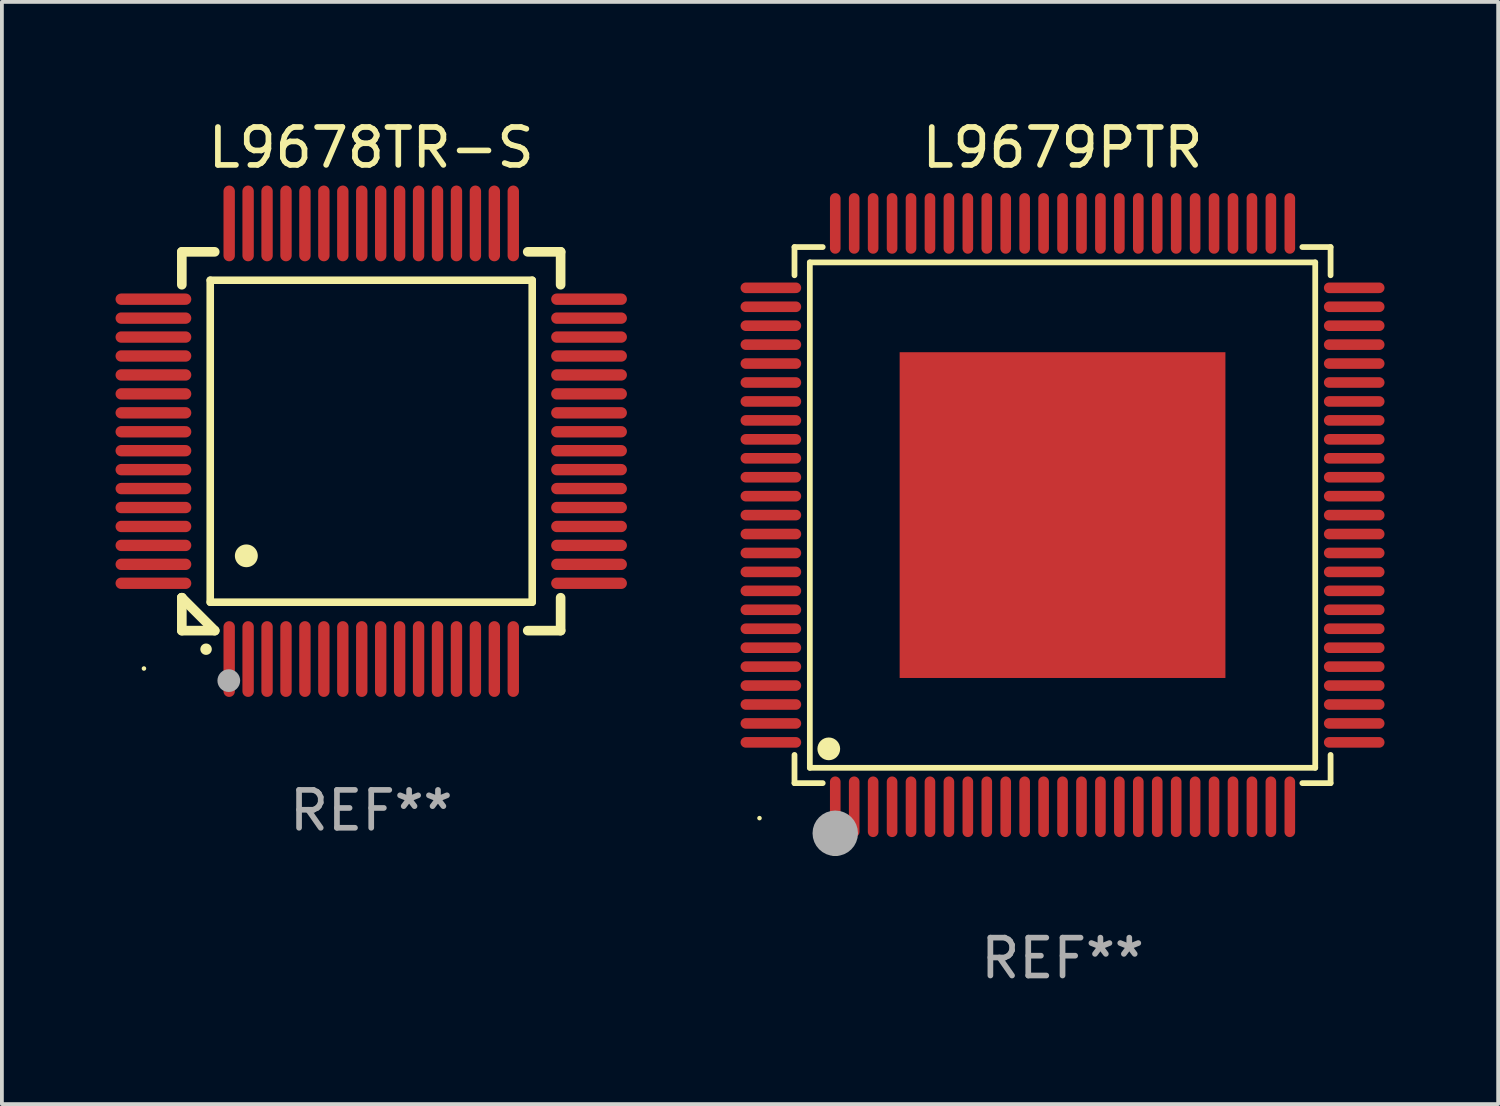
<source format=kicad_pcb>
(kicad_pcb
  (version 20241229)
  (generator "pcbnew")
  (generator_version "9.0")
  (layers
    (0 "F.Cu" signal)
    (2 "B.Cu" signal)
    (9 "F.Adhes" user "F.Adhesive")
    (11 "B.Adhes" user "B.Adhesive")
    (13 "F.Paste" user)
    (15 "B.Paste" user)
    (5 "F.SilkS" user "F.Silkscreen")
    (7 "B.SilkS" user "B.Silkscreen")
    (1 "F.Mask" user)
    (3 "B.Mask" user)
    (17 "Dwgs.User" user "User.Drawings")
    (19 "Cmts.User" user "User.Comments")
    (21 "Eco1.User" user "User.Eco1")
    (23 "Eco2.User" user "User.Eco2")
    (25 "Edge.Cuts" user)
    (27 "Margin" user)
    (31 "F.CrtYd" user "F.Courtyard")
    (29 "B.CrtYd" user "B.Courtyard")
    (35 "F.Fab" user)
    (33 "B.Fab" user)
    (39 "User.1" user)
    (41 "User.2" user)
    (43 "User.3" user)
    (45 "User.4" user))
  (footprint "L9679PTR"
    (layer "F.Cu")
    (at 25 10.548)
    (property "Reference" "L9679PTR" (at 0 -9.7 0) (layer "F.SilkS") (effects (font (size 1 1) (thickness 0.15))))
    (attr through_hole)
    (fp_line (start -7.076 -7.076) (end -6.331 -7.076) (stroke (width 0.152) (type solid)) (layer "F.SilkS"))
    (fp_line (start -7.076 -6.331) (end -7.076 -7.076) (stroke (width 0.152) (type solid)) (layer "F.SilkS"))
    (fp_line (start -7.076 6.331) (end -7.076 7.076) (stroke (width 0.152) (type solid)) (layer "F.SilkS"))
    (fp_line (start -7.076 7.076) (end -6.331 7.076) (stroke (width 0.152) (type solid)) (layer "F.SilkS"))
    (fp_line (start -6.671 -6.671) (end 6.671 -6.671) (stroke (width 0.152) (type solid)) (layer "F.SilkS"))
    (fp_line (start -6.671 6.671) (end -6.671 -6.671) (stroke (width 0.152) (type solid)) (layer "F.SilkS"))
    (fp_line (start 6.671 -6.671) (end 6.671 6.671) (stroke (width 0.152) (type solid)) (layer "F.SilkS"))
    (fp_line (start 6.671 6.671) (end -6.671 6.671) (stroke (width 0.152) (type solid)) (layer "F.SilkS"))
    (fp_line (start 7.076 -7.076) (end 6.331 -7.076) (stroke (width 0.152) (type solid)) (layer "F.SilkS"))
    (fp_line (start 7.076 -6.331) (end 7.076 -7.076) (stroke (width 0.152) (type solid)) (layer "F.SilkS"))
    (fp_line (start 7.076 6.331) (end 7.076 7.076) (stroke (width 0.152) (type solid)) (layer "F.SilkS"))
    (fp_line (start 7.076 7.076) (end 6.331 7.076) (stroke (width 0.152) (type solid)) (layer "F.SilkS"))
    (fp_circle (center -8 8) (end -7.97 8) (stroke (width 0.06) (type solid)) (fill no) (layer "F.SilkS"))
    (fp_circle (center -6.171 6.171) (end -6.021 6.171) (stroke (width 0.3) (type solid)) (fill no) (layer "F.SilkS"))
    (fp_circle (center -6 8.8) (end -5.9 8.8) (stroke (width 0.2) (type solid)) (fill no) (layer "F.SilkS"))
    (fp_circle (center -6 8.4) (end -5.7 8.4) (stroke (width 0.6) (type solid)) (fill no) (layer "F.Fab"))
    (fp_text user "REF**" (at 0 11.7 0) (layer "F.Fab") (effects (font (size 1 1) (thickness 0.15))))
    (pad "1" smd oval (at -6 7.7) (size 0.28 1.6) (layers "F.Cu" "F.Mask" "F.Paste"))
    (pad "2" smd oval (at -5.5 7.7) (size 0.28 1.6) (layers "F.Cu" "F.Mask" "F.Paste"))
    (pad "3" smd oval (at -5 7.7) (size 0.28 1.6) (layers "F.Cu" "F.Mask" "F.Paste"))
    (pad "4" smd oval (at -4.5 7.7) (size 0.28 1.6) (layers "F.Cu" "F.Mask" "F.Paste"))
    (pad "5" smd oval (at -4 7.7) (size 0.28 1.6) (layers "F.Cu" "F.Mask" "F.Paste"))
    (pad "6" smd oval (at -3.5 7.7) (size 0.28 1.6) (layers "F.Cu" "F.Mask" "F.Paste"))
    (pad "7" smd oval (at -3 7.7) (size 0.28 1.6) (layers "F.Cu" "F.Mask" "F.Paste"))
    (pad "8" smd oval (at -2.5 7.7) (size 0.28 1.6) (layers "F.Cu" "F.Mask" "F.Paste"))
    (pad "9" smd oval (at -2 7.7) (size 0.28 1.6) (layers "F.Cu" "F.Mask" "F.Paste"))
    (pad "10" smd oval (at -1.5 7.7) (size 0.28 1.6) (layers "F.Cu" "F.Mask" "F.Paste"))
    (pad "11" smd oval (at -1 7.7) (size 0.28 1.6) (layers "F.Cu" "F.Mask" "F.Paste"))
    (pad "12" smd oval (at -0.5 7.7) (size 0.28 1.6) (layers "F.Cu" "F.Mask" "F.Paste"))
    (pad "13" smd oval (at 0 7.7) (size 0.28 1.6) (layers "F.Cu" "F.Mask" "F.Paste"))
    (pad "14" smd oval (at 0.5 7.7) (size 0.28 1.6) (layers "F.Cu" "F.Mask" "F.Paste"))
    (pad "15" smd oval (at 1 7.7) (size 0.28 1.6) (layers "F.Cu" "F.Mask" "F.Paste"))
    (pad "16" smd oval (at 1.5 7.7) (size 0.28 1.6) (layers "F.Cu" "F.Mask" "F.Paste"))
    (pad "17" smd oval (at 2 7.7) (size 0.28 1.6) (layers "F.Cu" "F.Mask" "F.Paste"))
    (pad "18" smd oval (at 2.5 7.7) (size 0.28 1.6) (layers "F.Cu" "F.Mask" "F.Paste"))
    (pad "19" smd oval (at 3 7.7) (size 0.28 1.6) (layers "F.Cu" "F.Mask" "F.Paste"))
    (pad "20" smd oval (at 3.5 7.7) (size 0.28 1.6) (layers "F.Cu" "F.Mask" "F.Paste"))
    (pad "21" smd oval (at 4 7.7) (size 0.28 1.6) (layers "F.Cu" "F.Mask" "F.Paste"))
    (pad "22" smd oval (at 4.5 7.7) (size 0.28 1.6) (layers "F.Cu" "F.Mask" "F.Paste"))
    (pad "23" smd oval (at 5 7.7) (size 0.28 1.6) (layers "F.Cu" "F.Mask" "F.Paste"))
    (pad "24" smd oval (at 5.5 7.7) (size 0.28 1.6) (layers "F.Cu" "F.Mask" "F.Paste"))
    (pad "25" smd oval (at 6 7.7) (size 0.28 1.6) (layers "F.Cu" "F.Mask" "F.Paste"))
    (pad "26" smd oval (at 7.7 6) (size 1.6 0.28) (layers "F.Cu" "F.Mask" "F.Paste"))
    (pad "27" smd oval (at 7.7 5.5) (size 1.6 0.28) (layers "F.Cu" "F.Mask" "F.Paste"))
    (pad "28" smd oval (at 7.7 5) (size 1.6 0.28) (layers "F.Cu" "F.Mask" "F.Paste"))
    (pad "29" smd oval (at 7.7 4.5) (size 1.6 0.28) (layers "F.Cu" "F.Mask" "F.Paste"))
    (pad "30" smd oval (at 7.7 4) (size 1.6 0.28) (layers "F.Cu" "F.Mask" "F.Paste"))
    (pad "31" smd oval (at 7.7 3.5) (size 1.6 0.28) (layers "F.Cu" "F.Mask" "F.Paste"))
    (pad "32" smd oval (at 7.7 3) (size 1.6 0.28) (layers "F.Cu" "F.Mask" "F.Paste"))
    (pad "33" smd oval (at 7.7 2.5) (size 1.6 0.28) (layers "F.Cu" "F.Mask" "F.Paste"))
    (pad "34" smd oval (at 7.7 2) (size 1.6 0.28) (layers "F.Cu" "F.Mask" "F.Paste"))
    (pad "35" smd oval (at 7.7 1.5) (size 1.6 0.28) (layers "F.Cu" "F.Mask" "F.Paste"))
    (pad "36" smd oval (at 7.7 1) (size 1.6 0.28) (layers "F.Cu" "F.Mask" "F.Paste"))
    (pad "37" smd oval (at 7.7 0.5) (size 1.6 0.28) (layers "F.Cu" "F.Mask" "F.Paste"))
    (pad "38" smd oval (at 7.7 0) (size 1.6 0.28) (layers "F.Cu" "F.Mask" "F.Paste"))
    (pad "39" smd oval (at 7.7 -0.5) (size 1.6 0.28) (layers "F.Cu" "F.Mask" "F.Paste"))
    (pad "40" smd oval (at 7.7 -1) (size 1.6 0.28) (layers "F.Cu" "F.Mask" "F.Paste"))
    (pad "41" smd oval (at 7.7 -1.5) (size 1.6 0.28) (layers "F.Cu" "F.Mask" "F.Paste"))
    (pad "42" smd oval (at 7.7 -2) (size 1.6 0.28) (layers "F.Cu" "F.Mask" "F.Paste"))
    (pad "43" smd oval (at 7.7 -2.5) (size 1.6 0.28) (layers "F.Cu" "F.Mask" "F.Paste"))
    (pad "44" smd oval (at 7.7 -3) (size 1.6 0.28) (layers "F.Cu" "F.Mask" "F.Paste"))
    (pad "45" smd oval (at 7.7 -3.5) (size 1.6 0.28) (layers "F.Cu" "F.Mask" "F.Paste"))
    (pad "46" smd oval (at 7.7 -4) (size 1.6 0.28) (layers "F.Cu" "F.Mask" "F.Paste"))
    (pad "47" smd oval (at 7.7 -4.5) (size 1.6 0.28) (layers "F.Cu" "F.Mask" "F.Paste"))
    (pad "48" smd oval (at 7.7 -5) (size 1.6 0.28) (layers "F.Cu" "F.Mask" "F.Paste"))
    (pad "49" smd oval (at 7.7 -5.5) (size 1.6 0.28) (layers "F.Cu" "F.Mask" "F.Paste"))
    (pad "50" smd oval (at 7.7 -6) (size 1.6 0.28) (layers "F.Cu" "F.Mask" "F.Paste"))
    (pad "51" smd oval (at 6 -7.7) (size 0.28 1.6) (layers "F.Cu" "F.Mask" "F.Paste"))
    (pad "52" smd oval (at 5.5 -7.7) (size 0.28 1.6) (layers "F.Cu" "F.Mask" "F.Paste"))
    (pad "53" smd oval (at 5 -7.7) (size 0.28 1.6) (layers "F.Cu" "F.Mask" "F.Paste"))
    (pad "54" smd oval (at 4.5 -7.7) (size 0.28 1.6) (layers "F.Cu" "F.Mask" "F.Paste"))
    (pad "55" smd oval (at 4 -7.7) (size 0.28 1.6) (layers "F.Cu" "F.Mask" "F.Paste"))
    (pad "56" smd oval (at 3.5 -7.7) (size 0.28 1.6) (layers "F.Cu" "F.Mask" "F.Paste"))
    (pad "57" smd oval (at 3 -7.7) (size 0.28 1.6) (layers "F.Cu" "F.Mask" "F.Paste"))
    (pad "58" smd oval (at 2.5 -7.7) (size 0.28 1.6) (layers "F.Cu" "F.Mask" "F.Paste"))
    (pad "59" smd oval (at 2 -7.7) (size 0.28 1.6) (layers "F.Cu" "F.Mask" "F.Paste"))
    (pad "60" smd oval (at 1.5 -7.7) (size 0.28 1.6) (layers "F.Cu" "F.Mask" "F.Paste"))
    (pad "61" smd oval (at 1 -7.7) (size 0.28 1.6) (layers "F.Cu" "F.Mask" "F.Paste"))
    (pad "62" smd oval (at 0.5 -7.7) (size 0.28 1.6) (layers "F.Cu" "F.Mask" "F.Paste"))
    (pad "63" smd oval (at 0 -7.7) (size 0.28 1.6) (layers "F.Cu" "F.Mask" "F.Paste"))
    (pad "64" smd oval (at -0.5 -7.7) (size 0.28 1.6) (layers "F.Cu" "F.Mask" "F.Paste"))
    (pad "65" smd oval (at -1 -7.7) (size 0.28 1.6) (layers "F.Cu" "F.Mask" "F.Paste"))
    (pad "66" smd oval (at -1.5 -7.7) (size 0.28 1.6) (layers "F.Cu" "F.Mask" "F.Paste"))
    (pad "67" smd oval (at -2 -7.7) (size 0.28 1.6) (layers "F.Cu" "F.Mask" "F.Paste"))
    (pad "68" smd oval (at -2.5 -7.7) (size 0.28 1.6) (layers "F.Cu" "F.Mask" "F.Paste"))
    (pad "69" smd oval (at -3 -7.7) (size 0.28 1.6) (layers "F.Cu" "F.Mask" "F.Paste"))
    (pad "70" smd oval (at -3.5 -7.7) (size 0.28 1.6) (layers "F.Cu" "F.Mask" "F.Paste"))
    (pad "71" smd oval (at -4 -7.7) (size 0.28 1.6) (layers "F.Cu" "F.Mask" "F.Paste"))
    (pad "72" smd oval (at -4.5 -7.7) (size 0.28 1.6) (layers "F.Cu" "F.Mask" "F.Paste"))
    (pad "73" smd oval (at -5 -7.7) (size 0.28 1.6) (layers "F.Cu" "F.Mask" "F.Paste"))
    (pad "74" smd oval (at -5.5 -7.7) (size 0.28 1.6) (layers "F.Cu" "F.Mask" "F.Paste"))
    (pad "75" smd oval (at -6 -7.7) (size 0.28 1.6) (layers "F.Cu" "F.Mask" "F.Paste"))
    (pad "76" smd oval (at -7.7 -6) (size 1.6 0.28) (layers "F.Cu" "F.Mask" "F.Paste"))
    (pad "77" smd oval (at -7.7 -5.5) (size 1.6 0.28) (layers "F.Cu" "F.Mask" "F.Paste"))
    (pad "78" smd oval (at -7.7 -5) (size 1.6 0.28) (layers "F.Cu" "F.Mask" "F.Paste"))
    (pad "79" smd oval (at -7.7 -4.5) (size 1.6 0.28) (layers "F.Cu" "F.Mask" "F.Paste"))
    (pad "80" smd oval (at -7.7 -4) (size 1.6 0.28) (layers "F.Cu" "F.Mask" "F.Paste"))
    (pad "81" smd oval (at -7.7 -3.5) (size 1.6 0.28) (layers "F.Cu" "F.Mask" "F.Paste"))
    (pad "82" smd oval (at -7.7 -3) (size 1.6 0.28) (layers "F.Cu" "F.Mask" "F.Paste"))
    (pad "83" smd oval (at -7.7 -2.5) (size 1.6 0.28) (layers "F.Cu" "F.Mask" "F.Paste"))
    (pad "84" smd oval (at -7.7 -2) (size 1.6 0.28) (layers "F.Cu" "F.Mask" "F.Paste"))
    (pad "85" smd oval (at -7.7 -1.5) (size 1.6 0.28) (layers "F.Cu" "F.Mask" "F.Paste"))
    (pad "86" smd oval (at -7.7 -1) (size 1.6 0.28) (layers "F.Cu" "F.Mask" "F.Paste"))
    (pad "87" smd oval (at -7.7 -0.5) (size 1.6 0.28) (layers "F.Cu" "F.Mask" "F.Paste"))
    (pad "88" smd oval (at -7.7 0) (size 1.6 0.28) (layers "F.Cu" "F.Mask" "F.Paste"))
    (pad "89" smd oval (at -7.7 0.5) (size 1.6 0.28) (layers "F.Cu" "F.Mask" "F.Paste"))
    (pad "90" smd oval (at -7.7 1) (size 1.6 0.28) (layers "F.Cu" "F.Mask" "F.Paste"))
    (pad "91" smd oval (at -7.7 1.5) (size 1.6 0.28) (layers "F.Cu" "F.Mask" "F.Paste"))
    (pad "92" smd oval (at -7.7 2) (size 1.6 0.28) (layers "F.Cu" "F.Mask" "F.Paste"))
    (pad "93" smd oval (at -7.7 2.5) (size 1.6 0.28) (layers "F.Cu" "F.Mask" "F.Paste"))
    (pad "94" smd oval (at -7.7 3) (size 1.6 0.28) (layers "F.Cu" "F.Mask" "F.Paste"))
    (pad "95" smd oval (at -7.7 3.5) (size 1.6 0.28) (layers "F.Cu" "F.Mask" "F.Paste"))
    (pad "96" smd oval (at -7.7 4) (size 1.6 0.28) (layers "F.Cu" "F.Mask" "F.Paste"))
    (pad "97" smd oval (at -7.7 4.5) (size 1.6 0.28) (layers "F.Cu" "F.Mask" "F.Paste"))
    (pad "98" smd oval (at -7.7 5) (size 1.6 0.28) (layers "F.Cu" "F.Mask" "F.Paste"))
    (pad "99" smd oval (at -7.7 5.5) (size 1.6 0.28) (layers "F.Cu" "F.Mask" "F.Paste"))
    (pad "100" smd oval (at -7.7 6) (size 1.6 0.28) (layers "F.Cu" "F.Mask" "F.Paste"))
    (pad "101" smd rect (at 0 0) (size 8.6 8.6) (layers "F.Cu" "F.Mask" "F.Paste")))
  (footprint "L9678TR-S"
    (layer "F.Cu")
    (at 6.75 8.598)
    (property "Reference" "L9678TR-S" (at 0 -7.75 0) (layer "F.SilkS") (effects (font (size 1 1) (thickness 0.15))))
    (attr through_hole)
    (fp_line (start -5 -5) (end -4.131 -5) (stroke (width 0.254) (type solid)) (layer "F.SilkS"))
    (fp_line (start -5 -4.131) (end -5 -5) (stroke (width 0.254) (type solid)) (layer "F.SilkS"))
    (fp_line (start -5 4.131) (end -5 4.131) (stroke (width 0.254) (type solid)) (layer "F.SilkS"))
    (fp_line (start -5 5) (end -5 4.131) (stroke (width 0.254) (type solid)) (layer "F.SilkS"))
    (fp_line (start -5 4.131) (end -4.131 5) (stroke (width 0.254) (type solid)) (layer "F.SilkS"))
    (fp_line (start -4.25 -4.25) (end -4.25 4.25) (stroke (width 0.2) (type solid)) (layer "F.SilkS"))
    (fp_line (start -4.25 4.25) (end 4.25 4.25) (stroke (width 0.2) (type solid)) (layer "F.SilkS"))
    (fp_line (start -4.131 5) (end -5 5) (stroke (width 0.254) (type solid)) (layer "F.SilkS"))
    (fp_line (start 4.25 -4.25) (end -4.25 -4.25) (stroke (width 0.2) (type solid)) (layer "F.SilkS"))
    (fp_line (start 4.25 4.25) (end 4.25 -4.25) (stroke (width 0.2) (type solid)) (layer "F.SilkS"))
    (fp_line (start 5 -5) (end 4.131 -5) (stroke (width 0.254) (type solid)) (layer "F.SilkS"))
    (fp_line (start 5 -5) (end 5 -4.131) (stroke (width 0.254) (type solid)) (layer "F.SilkS"))
    (fp_line (start 5 4.131) (end 5 5) (stroke (width 0.254) (type solid)) (layer "F.SilkS"))
    (fp_line (start 5 5) (end 4.131 5) (stroke (width 0.254) (type solid)) (layer "F.SilkS"))
    (fp_arc (start -4.361265 5.489992) (mid -4.359995 5.489987) (end -4.358725 5.489992) (stroke (width 0.3) (type solid)) (layer "F.SilkS"))
    (fp_arc (start -3.299467 3.025146) (mid -3.296927 3.025135) (end -3.294387 3.025146) (stroke (width 0.6) (type solid)) (layer "F.SilkS"))
    (fp_circle (center -6 6) (end -5.97 6) (stroke (width 0.06) (type solid)) (fill no) (layer "F.SilkS"))
    (fp_circle (center -3.76 6.32) (end -3.61 6.32) (stroke (width 0.3) (type solid)) (fill no) (layer "F.Fab"))
    (fp_text user "REF**" (at 0 9.75 0) (layer "F.Fab") (effects (font (size 1 1) (thickness 0.15))))
    (pad "1" smd oval (at -3.75 5.75) (size 0.3 2) (layers "F.Cu" "F.Mask" "F.Paste"))
    (pad "2" smd oval (at -3.25 5.75) (size 0.3 2) (layers "F.Cu" "F.Mask" "F.Paste"))
    (pad "3" smd oval (at -2.75 5.75) (size 0.3 2) (layers "F.Cu" "F.Mask" "F.Paste"))
    (pad "4" smd oval (at -2.25 5.75) (size 0.3 2) (layers "F.Cu" "F.Mask" "F.Paste"))
    (pad "5" smd oval (at -1.75 5.75) (size 0.3 2) (layers "F.Cu" "F.Mask" "F.Paste"))
    (pad "6" smd oval (at -1.25 5.75) (size 0.3 2) (layers "F.Cu" "F.Mask" "F.Paste"))
    (pad "7" smd oval (at -0.75 5.75) (size 0.3 2) (layers "F.Cu" "F.Mask" "F.Paste"))
    (pad "8" smd oval (at -0.25 5.75) (size 0.3 2) (layers "F.Cu" "F.Mask" "F.Paste"))
    (pad "9" smd oval (at 0.25 5.75) (size 0.3 2) (layers "F.Cu" "F.Mask" "F.Paste"))
    (pad "10" smd oval (at 0.75 5.75) (size 0.3 2) (layers "F.Cu" "F.Mask" "F.Paste"))
    (pad "11" smd oval (at 1.25 5.75) (size 0.3 2) (layers "F.Cu" "F.Mask" "F.Paste"))
    (pad "12" smd oval (at 1.75 5.75) (size 0.3 2) (layers "F.Cu" "F.Mask" "F.Paste"))
    (pad "13" smd oval (at 2.25 5.75) (size 0.3 2) (layers "F.Cu" "F.Mask" "F.Paste"))
    (pad "14" smd oval (at 2.75 5.75) (size 0.3 2) (layers "F.Cu" "F.Mask" "F.Paste"))
    (pad "15" smd oval (at 3.25 5.75) (size 0.3 2) (layers "F.Cu" "F.Mask" "F.Paste"))
    (pad "16" smd oval (at 3.75 5.75) (size 0.3 2) (layers "F.Cu" "F.Mask" "F.Paste"))
    (pad "17" smd oval (at 5.75 3.75) (size 2 0.3) (layers "F.Cu" "F.Mask" "F.Paste"))
    (pad "18" smd oval (at 5.75 3.25) (size 2 0.3) (layers "F.Cu" "F.Mask" "F.Paste"))
    (pad "19" smd oval (at 5.75 2.75) (size 2 0.3) (layers "F.Cu" "F.Mask" "F.Paste"))
    (pad "20" smd oval (at 5.75 2.25) (size 2 0.3) (layers "F.Cu" "F.Mask" "F.Paste"))
    (pad "21" smd oval (at 5.75 1.75) (size 2 0.3) (layers "F.Cu" "F.Mask" "F.Paste"))
    (pad "22" smd oval (at 5.75 1.25) (size 2 0.3) (layers "F.Cu" "F.Mask" "F.Paste"))
    (pad "23" smd oval (at 5.75 0.75) (size 2 0.3) (layers "F.Cu" "F.Mask" "F.Paste"))
    (pad "24" smd oval (at 5.75 0.25) (size 2 0.3) (layers "F.Cu" "F.Mask" "F.Paste"))
    (pad "25" smd oval (at 5.75 -0.25) (size 2 0.3) (layers "F.Cu" "F.Mask" "F.Paste"))
    (pad "26" smd oval (at 5.75 -0.75) (size 2 0.3) (layers "F.Cu" "F.Mask" "F.Paste"))
    (pad "27" smd oval (at 5.75 -1.25) (size 2 0.3) (layers "F.Cu" "F.Mask" "F.Paste"))
    (pad "28" smd oval (at 5.75 -1.75) (size 2 0.3) (layers "F.Cu" "F.Mask" "F.Paste"))
    (pad "29" smd oval (at 5.75 -2.25) (size 2 0.3) (layers "F.Cu" "F.Mask" "F.Paste"))
    (pad "30" smd oval (at 5.75 -2.75) (size 2 0.3) (layers "F.Cu" "F.Mask" "F.Paste"))
    (pad "31" smd oval (at 5.75 -3.25) (size 2 0.3) (layers "F.Cu" "F.Mask" "F.Paste"))
    (pad "32" smd oval (at 5.75 -3.75) (size 2 0.3) (layers "F.Cu" "F.Mask" "F.Paste"))
    (pad "33" smd oval (at 3.75 -5.75) (size 0.3 2) (layers "F.Cu" "F.Mask" "F.Paste"))
    (pad "34" smd oval (at 3.25 -5.75) (size 0.3 2) (layers "F.Cu" "F.Mask" "F.Paste"))
    (pad "35" smd oval (at 2.75 -5.75) (size 0.3 2) (layers "F.Cu" "F.Mask" "F.Paste"))
    (pad "36" smd oval (at 2.25 -5.75) (size 0.3 2) (layers "F.Cu" "F.Mask" "F.Paste"))
    (pad "37" smd oval (at 1.75 -5.75) (size 0.3 2) (layers "F.Cu" "F.Mask" "F.Paste"))
    (pad "38" smd oval (at 1.25 -5.75) (size 0.3 2) (layers "F.Cu" "F.Mask" "F.Paste"))
    (pad "39" smd oval (at 0.75 -5.75) (size 0.3 2) (layers "F.Cu" "F.Mask" "F.Paste"))
    (pad "40" smd oval (at 0.25 -5.75) (size 0.3 2) (layers "F.Cu" "F.Mask" "F.Paste"))
    (pad "41" smd oval (at -0.25 -5.75) (size 0.3 2) (layers "F.Cu" "F.Mask" "F.Paste"))
    (pad "42" smd oval (at -0.75 -5.75) (size 0.3 2) (layers "F.Cu" "F.Mask" "F.Paste"))
    (pad "43" smd oval (at -1.25 -5.75) (size 0.3 2) (layers "F.Cu" "F.Mask" "F.Paste"))
    (pad "44" smd oval (at -1.75 -5.75) (size 0.3 2) (layers "F.Cu" "F.Mask" "F.Paste"))
    (pad "45" smd oval (at -2.25 -5.75) (size 0.3 2) (layers "F.Cu" "F.Mask" "F.Paste"))
    (pad "46" smd oval (at -2.75 -5.75) (size 0.3 2) (layers "F.Cu" "F.Mask" "F.Paste"))
    (pad "47" smd oval (at -3.25 -5.75) (size 0.3 2) (layers "F.Cu" "F.Mask" "F.Paste"))
    (pad "48" smd oval (at -3.75 -5.75) (size 0.3 2) (layers "F.Cu" "F.Mask" "F.Paste"))
    (pad "49" smd oval (at -5.75 -3.75) (size 2 0.3) (layers "F.Cu" "F.Mask" "F.Paste"))
    (pad "50" smd oval (at -5.75 -3.25) (size 2 0.3) (layers "F.Cu" "F.Mask" "F.Paste"))
    (pad "51" smd oval (at -5.75 -2.75) (size 2 0.3) (layers "F.Cu" "F.Mask" "F.Paste"))
    (pad "52" smd oval (at -5.75 -2.25) (size 2 0.3) (layers "F.Cu" "F.Mask" "F.Paste"))
    (pad "53" smd oval (at -5.75 -1.75) (size 2 0.3) (layers "F.Cu" "F.Mask" "F.Paste"))
    (pad "54" smd oval (at -5.75 -1.25) (size 2 0.3) (layers "F.Cu" "F.Mask" "F.Paste"))
    (pad "55" smd oval (at -5.75 -0.75) (size 2 0.3) (layers "F.Cu" "F.Mask" "F.Paste"))
    (pad "56" smd oval (at -5.75 -0.25) (size 2 0.3) (layers "F.Cu" "F.Mask" "F.Paste"))
    (pad "57" smd oval (at -5.75 0.25) (size 2 0.3) (layers "F.Cu" "F.Mask" "F.Paste"))
    (pad "58" smd oval (at -5.75 0.75) (size 2 0.3) (layers "F.Cu" "F.Mask" "F.Paste"))
    (pad "59" smd oval (at -5.75 1.25) (size 2 0.3) (layers "F.Cu" "F.Mask" "F.Paste"))
    (pad "60" smd oval (at -5.75 1.75) (size 2 0.3) (layers "F.Cu" "F.Mask" "F.Paste"))
    (pad "61" smd oval (at -5.75 2.25) (size 2 0.3) (layers "F.Cu" "F.Mask" "F.Paste"))
    (pad "62" smd oval (at -5.75 2.75) (size 2 0.3) (layers "F.Cu" "F.Mask" "F.Paste"))
    (pad "63" smd oval (at -5.75 3.25) (size 2 0.3) (layers "F.Cu" "F.Mask" "F.Paste"))
    (pad "64" smd oval (at -5.75 3.75) (size 2 0.3) (layers "F.Cu" "F.Mask" "F.Paste")))
  (gr_rect
    (start -3 -3)
    (end 36.5 26.097)
    (stroke (width 0.1) (type default))
    (fill no)
    (layer "Edge.Cuts")))
</source>
